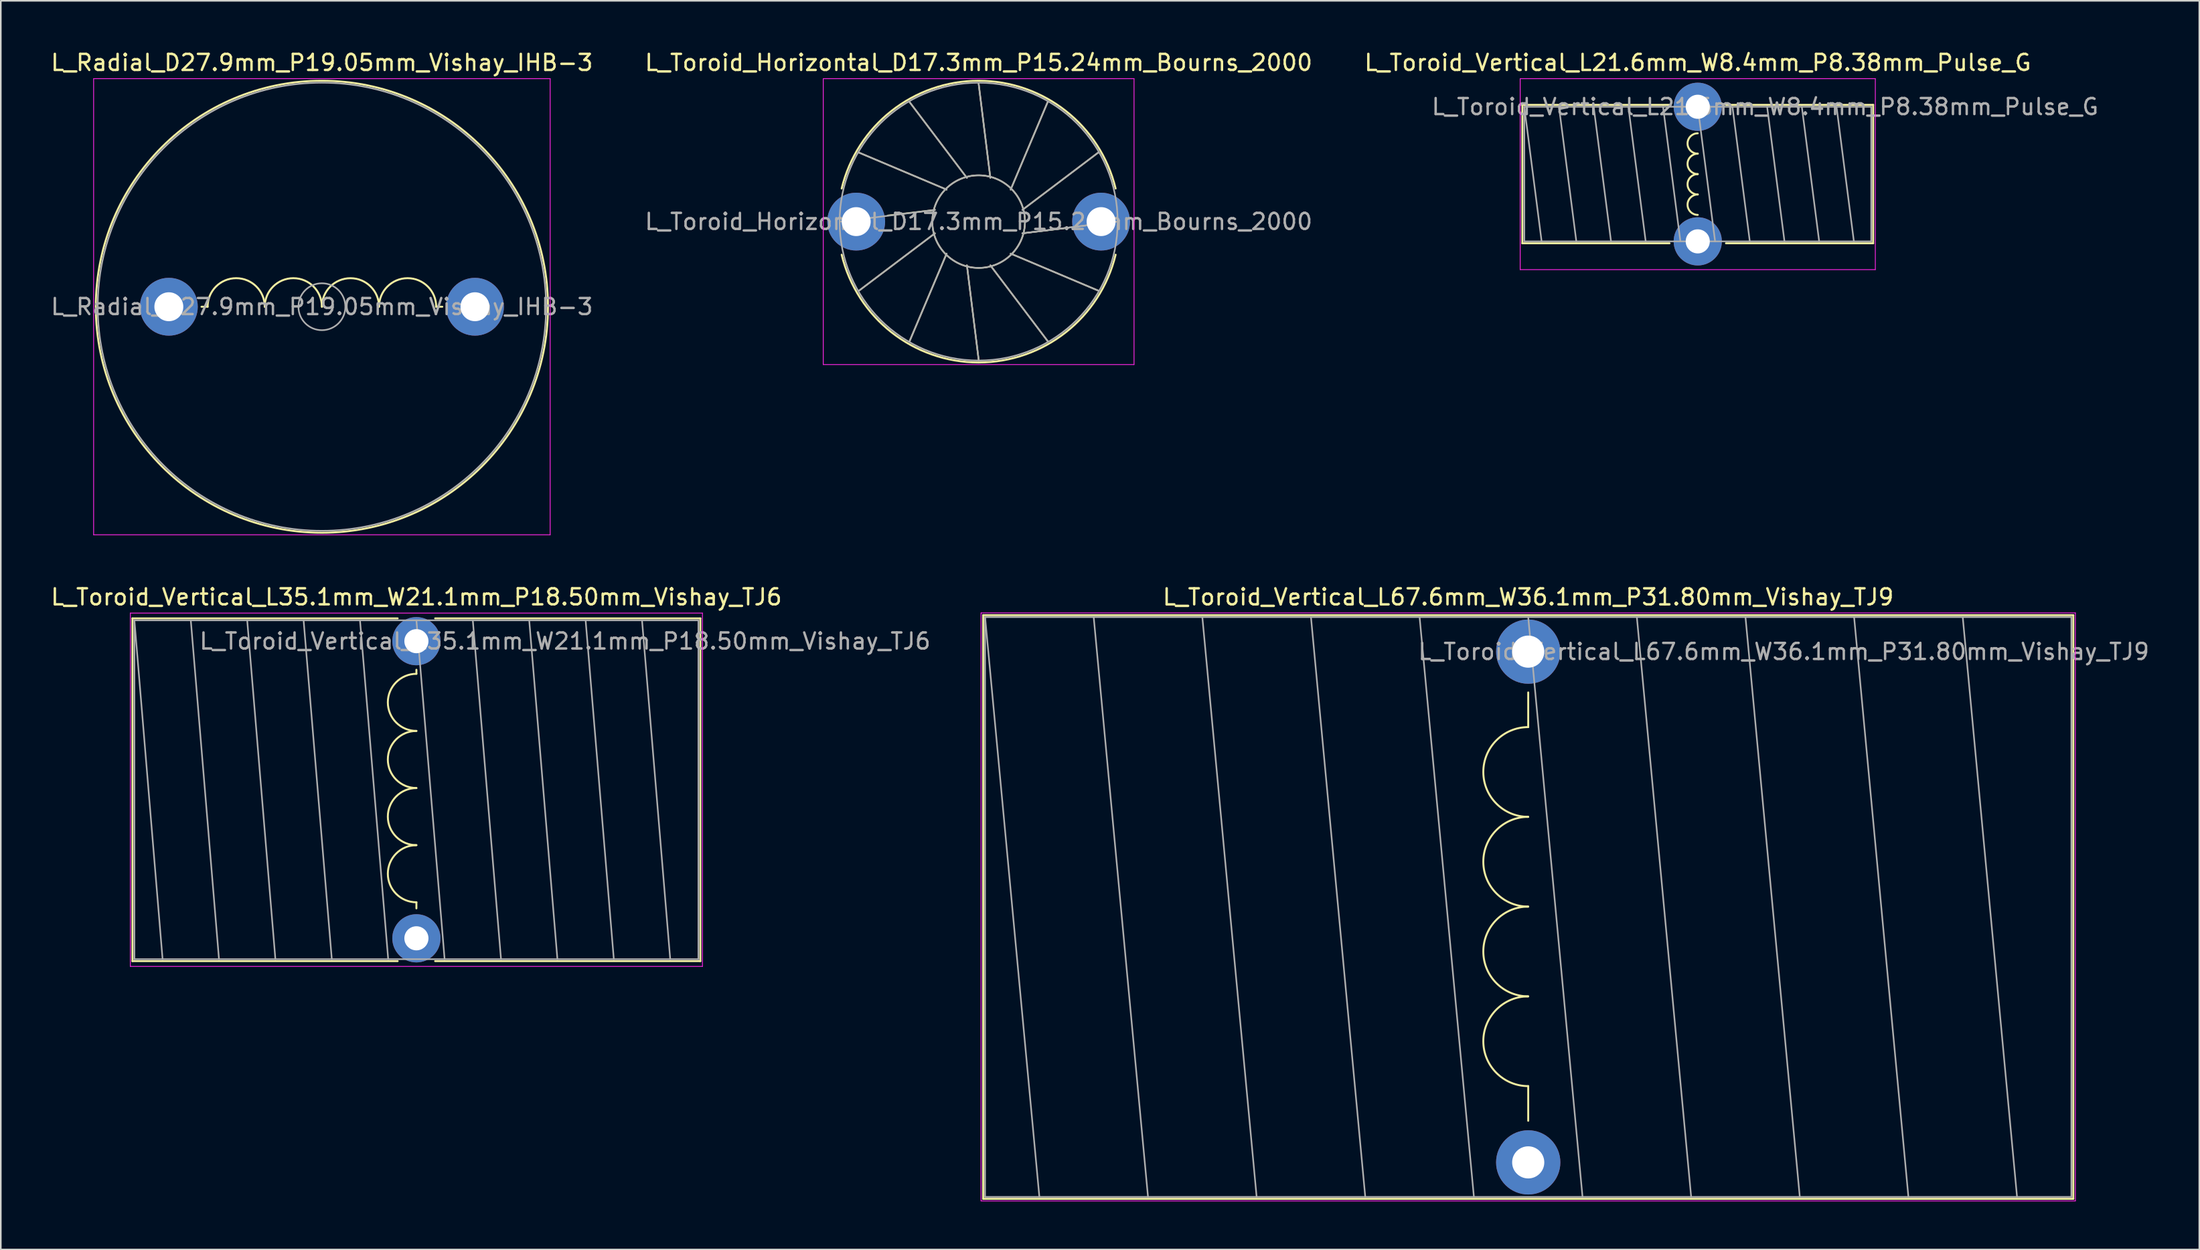
<source format=kicad_pcb>
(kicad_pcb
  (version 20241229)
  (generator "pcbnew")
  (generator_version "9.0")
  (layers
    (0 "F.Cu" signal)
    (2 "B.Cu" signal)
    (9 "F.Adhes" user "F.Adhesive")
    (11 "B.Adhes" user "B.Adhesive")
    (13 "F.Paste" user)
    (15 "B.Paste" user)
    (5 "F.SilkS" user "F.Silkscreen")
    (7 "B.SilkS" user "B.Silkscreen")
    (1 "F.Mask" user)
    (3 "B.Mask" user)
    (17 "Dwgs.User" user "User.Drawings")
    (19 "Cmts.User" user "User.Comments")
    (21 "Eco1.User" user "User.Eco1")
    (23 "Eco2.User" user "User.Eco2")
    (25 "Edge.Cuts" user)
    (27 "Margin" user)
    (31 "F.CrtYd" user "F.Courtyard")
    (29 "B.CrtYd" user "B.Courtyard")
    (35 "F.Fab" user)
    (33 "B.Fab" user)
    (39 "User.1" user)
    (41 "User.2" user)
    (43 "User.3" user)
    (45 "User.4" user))
  (footprint "L_Radial_D27.9mm_P19.05mm_Vishay_IHB-3"
    (layer "F.Cu")
    (at 7.457 16.048)
    (property "Reference" "L_Radial_D27.9mm_P19.05mm_Vishay_IHB-3" (at 9.525 -15.2 0) (layer "F.SilkS") (effects (font (size 1 1) (thickness 0.15))))
    (attr through_hole)
    (fp_line (start 2.413 0) (end 2.032 0) (stroke (width 0.12) (type solid)) (layer "F.SilkS"))
    (fp_line (start 16.637 0) (end 17.018 0) (stroke (width 0.12) (type solid)) (layer "F.SilkS"))
    (fp_arc (start 2.413 0) (mid 4.191 -1.778) (end 5.969 0) (stroke (width 0.12) (type solid)) (layer "F.SilkS"))
    (fp_arc (start 5.969 0) (mid 7.747 -1.778) (end 9.525 0) (stroke (width 0.12) (type solid)) (layer "F.SilkS"))
    (fp_arc (start 9.526 0) (mid 11.303 -1.777) (end 13.08 0) (stroke (width 0.12) (type solid)) (layer "F.SilkS"))
    (fp_arc (start 13.081 0) (mid 14.859 -1.778) (end 16.637 0) (stroke (width 0.12) (type solid)) (layer "F.SilkS"))
    (fp_circle (center 9.525 0) (end 23.595 0) (stroke (width 0.12) (type solid)) (fill no) (layer "F.SilkS"))
    (fp_line (start -4.68 -14.2) (end -4.68 14.2) (stroke (width 0.05) (type solid)) (layer "F.CrtYd"))
    (fp_line (start -4.68 14.2) (end 23.73 14.2) (stroke (width 0.05) (type solid)) (layer "F.CrtYd"))
    (fp_line (start 23.73 -14.2) (end -4.68 -14.2) (stroke (width 0.05) (type solid)) (layer "F.CrtYd"))
    (fp_line (start 23.73 14.2) (end 23.73 -14.2) (stroke (width 0.05) (type solid)) (layer "F.CrtYd"))
    (fp_circle (center 9.525 0) (end 10.985 0) (stroke (width 0.1) (type solid)) (fill no) (layer "F.Fab"))
    (fp_circle (center 9.525 0) (end 23.475 0) (stroke (width 0.1) (type solid)) (fill no) (layer "F.Fab"))
    (fp_text user "${REFERENCE}" (at 9.525 0 0) (layer "F.Fab") (effects (font (size 1 1) (thickness 0.15))))
    (pad "1" thru_hole circle (at 0 0) (size 3.6 3.6) (drill 1.8) (layers "*.Cu" "*.Mask"))
    (pad "2" thru_hole circle (at 19.05 0) (size 3.6 3.6) (drill 1.8) (layers "*.Cu" "*.Mask")))
  (footprint "L_Toroid_Vertical_L67.6mm_W36.1mm_P31.80mm_Vishay_TJ9"
    (layer "F.Cu")
    (at 92.051 37.522)
    (property "Reference" "L_Toroid_Vertical_L67.6mm_W36.1mm_P31.80mm_Vishay_TJ9" (at 0 -3.4 0) (layer "F.SilkS") (effects (font (size 1 1) (thickness 0.15))))
    (attr through_hole)
    (fp_line (start -33.92 -2.27) (end -33.92 34.07) (stroke (width 0.12) (type solid)) (layer "F.SilkS"))
    (fp_line (start -33.92 -2.27) (end 33.92 -2.27) (stroke (width 0.12) (type solid)) (layer "F.SilkS"))
    (fp_line (start -33.92 34.07) (end 33.92 34.07) (stroke (width 0.12) (type solid)) (layer "F.SilkS"))
    (fp_line (start 0 4.699) (end 0 2.54) (stroke (width 0.12) (type solid)) (layer "F.SilkS"))
    (fp_line (start 0 27.051) (end 0 29.21) (stroke (width 0.12) (type solid)) (layer "F.SilkS"))
    (fp_line (start 33.92 -2.27) (end 33.92 34.07) (stroke (width 0.12) (type solid)) (layer "F.SilkS"))
    (fp_arc (start 0 10.287) (mid -2.794 7.493) (end 0 4.699) (stroke (width 0.12) (type solid)) (layer "F.SilkS"))
    (fp_arc (start 0 15.875) (mid -2.794 13.081) (end 0 10.287) (stroke (width 0.12) (type solid)) (layer "F.SilkS"))
    (fp_arc (start 0 21.463) (mid -2.794 18.669) (end 0 15.875) (stroke (width 0.12) (type solid)) (layer "F.SilkS"))
    (fp_arc (start 0 27.051) (mid -2.794 24.257) (end 0 21.463) (stroke (width 0.12) (type solid)) (layer "F.SilkS"))
    (fp_line (start -34.05 -2.41) (end -34.05 34.2) (stroke (width 0.05) (type solid)) (layer "F.CrtYd"))
    (fp_line (start -34.05 34.2) (end 34.05 34.2) (stroke (width 0.05) (type solid)) (layer "F.CrtYd"))
    (fp_line (start 34.05 -2.41) (end -34.05 -2.41) (stroke (width 0.05) (type solid)) (layer "F.CrtYd"))
    (fp_line (start 34.05 34.2) (end 34.05 -2.41) (stroke (width 0.05) (type solid)) (layer "F.CrtYd"))
    (fp_line (start -33.8 -2.15) (end -33.8 33.95) (stroke (width 0.1) (type solid)) (layer "F.Fab"))
    (fp_line (start -33.8 -2.15) (end -30.42 33.95) (stroke (width 0.1) (type solid)) (layer "F.Fab"))
    (fp_line (start -33.8 33.95) (end 33.8 33.95) (stroke (width 0.1) (type solid)) (layer "F.Fab"))
    (fp_line (start -27.04 -2.15) (end -23.66 33.95) (stroke (width 0.1) (type solid)) (layer "F.Fab"))
    (fp_line (start -20.28 -2.15) (end -16.9 33.95) (stroke (width 0.1) (type solid)) (layer "F.Fab"))
    (fp_line (start -13.52 -2.15) (end -10.14 33.95) (stroke (width 0.1) (type solid)) (layer "F.Fab"))
    (fp_line (start -6.76 -2.15) (end -3.38 33.95) (stroke (width 0.1) (type solid)) (layer "F.Fab"))
    (fp_line (start 0 -2.15) (end 3.38 33.95) (stroke (width 0.1) (type solid)) (layer "F.Fab"))
    (fp_line (start 6.76 -2.15) (end 10.14 33.95) (stroke (width 0.1) (type solid)) (layer "F.Fab"))
    (fp_line (start 13.52 -2.15) (end 16.9 33.95) (stroke (width 0.1) (type solid)) (layer "F.Fab"))
    (fp_line (start 20.28 -2.15) (end 23.66 33.95) (stroke (width 0.1) (type solid)) (layer "F.Fab"))
    (fp_line (start 27.04 -2.15) (end 30.42 33.95) (stroke (width 0.1) (type solid)) (layer "F.Fab"))
    (fp_line (start 33.8 -2.15) (end -33.8 -2.15) (stroke (width 0.1) (type solid)) (layer "F.Fab"))
    (fp_line (start 33.8 33.95) (end 33.8 -2.15) (stroke (width 0.1) (type solid)) (layer "F.Fab"))
    (fp_text user "${REFERENCE}" (at 15.9 0 0) (layer "F.Fab") (effects (font (size 1 1) (thickness 0.15))))
    (pad "1" thru_hole circle (at 0 0) (size 4 4) (drill 2) (layers "*.Cu" "*.Mask"))
    (pad "2" thru_hole circle (at 0 31.8) (size 4 4) (drill 2) (layers "*.Cu" "*.Mask")))
  (footprint "L_Toroid_Vertical_L21.6mm_W8.4mm_P8.38mm_Pulse_G"
    (layer "F.Cu")
    (at 102.601 3.598)
    (property "Reference" "L_Toroid_Vertical_L21.6mm_W8.4mm_P8.38mm_Pulse_G" (at 0 -2.75 0) (layer "F.SilkS") (effects (font (size 1 1) (thickness 0.15))))
    (attr through_hole)
    (fp_line (start -10.915 -0.12) (end -10.915 8.5) (stroke (width 0.12) (type solid)) (layer "F.SilkS"))
    (fp_line (start -10.915 -0.12) (end -1.755 -0.12) (stroke (width 0.12) (type solid)) (layer "F.SilkS"))
    (fp_line (start -10.915 8.5) (end -1.755 8.5) (stroke (width 0.12) (type solid)) (layer "F.SilkS"))
    (fp_line (start 1.755 -0.12) (end 10.915 -0.12) (stroke (width 0.12) (type solid)) (layer "F.SilkS"))
    (fp_line (start 1.755 8.5) (end 10.915 8.5) (stroke (width 0.12) (type solid)) (layer "F.SilkS"))
    (fp_line (start 10.915 -0.12) (end 10.915 8.5) (stroke (width 0.12) (type solid)) (layer "F.SilkS"))
    (fp_arc (start 0 2.921) (mid -0.635 2.286) (end 0 1.651) (stroke (width 0.12) (type solid)) (layer "F.SilkS"))
    (fp_arc (start 0 4.191) (mid -0.635 3.556) (end 0 2.921) (stroke (width 0.12) (type solid)) (layer "F.SilkS"))
    (fp_arc (start 0 5.461) (mid -0.635 4.826) (end 0 4.191) (stroke (width 0.12) (type solid)) (layer "F.SilkS"))
    (fp_arc (start 0 6.731) (mid -0.635 6.096) (end 0 5.461) (stroke (width 0.12) (type solid)) (layer "F.SilkS"))
    (fp_line (start -11.05 -1.75) (end -11.05 10.14) (stroke (width 0.05) (type solid)) (layer "F.CrtYd"))
    (fp_line (start -11.05 10.14) (end 11.05 10.14) (stroke (width 0.05) (type solid)) (layer "F.CrtYd"))
    (fp_line (start 11.05 -1.75) (end -11.05 -1.75) (stroke (width 0.05) (type solid)) (layer "F.CrtYd"))
    (fp_line (start 11.05 10.14) (end 11.05 -1.75) (stroke (width 0.05) (type solid)) (layer "F.CrtYd"))
    (fp_line (start -10.795 0) (end -10.795 8.38) (stroke (width 0.1) (type solid)) (layer "F.Fab"))
    (fp_line (start -10.795 0) (end -9.716 8.38) (stroke (width 0.1) (type solid)) (layer "F.Fab"))
    (fp_line (start -10.795 8.38) (end 10.795 8.38) (stroke (width 0.1) (type solid)) (layer "F.Fab"))
    (fp_line (start -8.636 0) (end -7.556 8.38) (stroke (width 0.1) (type solid)) (layer "F.Fab"))
    (fp_line (start -6.477 0) (end -5.397 8.38) (stroke (width 0.1) (type solid)) (layer "F.Fab"))
    (fp_line (start -4.318 0) (end -3.239 8.38) (stroke (width 0.1) (type solid)) (layer "F.Fab"))
    (fp_line (start -2.159 0) (end -1.079 8.38) (stroke (width 0.1) (type solid)) (layer "F.Fab"))
    (fp_line (start 0 0) (end 1.079 8.38) (stroke (width 0.1) (type solid)) (layer "F.Fab"))
    (fp_line (start 2.159 0) (end 3.239 8.38) (stroke (width 0.1) (type solid)) (layer "F.Fab"))
    (fp_line (start 4.318 0) (end 5.397 8.38) (stroke (width 0.1) (type solid)) (layer "F.Fab"))
    (fp_line (start 6.477 0) (end 7.556 8.38) (stroke (width 0.1) (type solid)) (layer "F.Fab"))
    (fp_line (start 8.636 0) (end 9.716 8.38) (stroke (width 0.1) (type solid)) (layer "F.Fab"))
    (fp_line (start 10.795 0) (end -10.795 0) (stroke (width 0.1) (type solid)) (layer "F.Fab"))
    (fp_line (start 10.795 8.38) (end 10.795 0) (stroke (width 0.1) (type solid)) (layer "F.Fab"))
    (fp_text user "${REFERENCE}" (at 4.19 0 0) (layer "F.Fab") (effects (font (size 1 1) (thickness 0.15))))
    (pad "1" thru_hole circle (at 0 0) (size 3 3) (drill 1.5) (layers "*.Cu" "*.Mask"))
    (pad "2" thru_hole circle (at 0 8.38) (size 3 3) (drill 1.5) (layers "*.Cu" "*.Mask")))
  (footprint "L_Toroid_Vertical_L35.1mm_W21.1mm_P18.50mm_Vishay_TJ6"
    (layer "F.Cu")
    (at 22.863 36.871)
    (property "Reference" "L_Toroid_Vertical_L35.1mm_W21.1mm_P18.50mm_Vishay_TJ6" (at 0 -2.75 0) (layer "F.SilkS") (effects (font (size 1 1) (thickness 0.15))))
    (attr through_hole)
    (fp_line (start -17.67 -1.42) (end -17.67 19.92) (stroke (width 0.12) (type solid)) (layer "F.SilkS"))
    (fp_line (start -17.67 -1.42) (end -1.166 -1.42) (stroke (width 0.12) (type solid)) (layer "F.SilkS"))
    (fp_line (start -17.67 19.92) (end -1.166 19.92) (stroke (width 0.12) (type solid)) (layer "F.SilkS"))
    (fp_line (start 0 2.032) (end 0 1.778) (stroke (width 0.12) (type solid)) (layer "F.SilkS"))
    (fp_line (start 0 16.256) (end 0 16.637) (stroke (width 0.12) (type solid)) (layer "F.SilkS"))
    (fp_line (start 1.166 -1.42) (end 17.67 -1.42) (stroke (width 0.12) (type solid)) (layer "F.SilkS"))
    (fp_line (start 1.166 19.92) (end 17.67 19.92) (stroke (width 0.12) (type solid)) (layer "F.SilkS"))
    (fp_line (start 17.67 -1.42) (end 17.67 19.92) (stroke (width 0.12) (type solid)) (layer "F.SilkS"))
    (fp_arc (start 0 5.588) (mid -1.778 3.81) (end 0 2.032) (stroke (width 0.12) (type solid)) (layer "F.SilkS"))
    (fp_arc (start 0 9.144) (mid -1.778 7.366) (end 0 5.588) (stroke (width 0.12) (type solid)) (layer "F.SilkS"))
    (fp_arc (start 0 12.7) (mid -1.778 10.922) (end 0 9.144) (stroke (width 0.12) (type solid)) (layer "F.SilkS"))
    (fp_arc (start 0 16.256) (mid -1.778 14.478) (end 0 12.7) (stroke (width 0.12) (type solid)) (layer "F.SilkS"))
    (fp_line (start -17.8 -1.75) (end -17.8 20.25) (stroke (width 0.05) (type solid)) (layer "F.CrtYd"))
    (fp_line (start -17.8 20.25) (end 17.8 20.25) (stroke (width 0.05) (type solid)) (layer "F.CrtYd"))
    (fp_line (start 17.8 -1.75) (end -17.8 -1.75) (stroke (width 0.05) (type solid)) (layer "F.CrtYd"))
    (fp_line (start 17.8 20.25) (end 17.8 -1.75) (stroke (width 0.05) (type solid)) (layer "F.CrtYd"))
    (fp_line (start -17.55 -1.3) (end -17.55 19.8) (stroke (width 0.1) (type solid)) (layer "F.Fab"))
    (fp_line (start -17.55 -1.3) (end -15.795 19.8) (stroke (width 0.1) (type solid)) (layer "F.Fab"))
    (fp_line (start -17.55 19.8) (end 17.55 19.8) (stroke (width 0.1) (type solid)) (layer "F.Fab"))
    (fp_line (start -14.04 -1.3) (end -12.285 19.8) (stroke (width 0.1) (type solid)) (layer "F.Fab"))
    (fp_line (start -10.53 -1.3) (end -8.775 19.8) (stroke (width 0.1) (type solid)) (layer "F.Fab"))
    (fp_line (start -7.02 -1.3) (end -5.265 19.8) (stroke (width 0.1) (type solid)) (layer "F.Fab"))
    (fp_line (start -3.51 -1.3) (end -1.755 19.8) (stroke (width 0.1) (type solid)) (layer "F.Fab"))
    (fp_line (start 0 -1.3) (end 1.755 19.8) (stroke (width 0.1) (type solid)) (layer "F.Fab"))
    (fp_line (start 3.51 -1.3) (end 5.265 19.8) (stroke (width 0.1) (type solid)) (layer "F.Fab"))
    (fp_line (start 7.02 -1.3) (end 8.775 19.8) (stroke (width 0.1) (type solid)) (layer "F.Fab"))
    (fp_line (start 10.53 -1.3) (end 12.285 19.8) (stroke (width 0.1) (type solid)) (layer "F.Fab"))
    (fp_line (start 14.04 -1.3) (end 15.795 19.8) (stroke (width 0.1) (type solid)) (layer "F.Fab"))
    (fp_line (start 17.55 -1.3) (end -17.55 -1.3) (stroke (width 0.1) (type solid)) (layer "F.Fab"))
    (fp_line (start 17.55 19.8) (end 17.55 -1.3) (stroke (width 0.1) (type solid)) (layer "F.Fab"))
    (fp_text user "${REFERENCE}" (at 9.25 0 0) (layer "F.Fab") (effects (font (size 1 1) (thickness 0.15))))
    (pad "1" thru_hole circle (at 0 0) (size 3 3) (drill 1.5) (layers "*.Cu" "*.Mask"))
    (pad "2" thru_hole circle (at 0 18.5) (size 3 3) (drill 1.5) (layers "*.Cu" "*.Mask")))
  (footprint "L_Toroid_Horizontal_D17.3mm_P15.24mm_Bourns_2000"
    (layer "F.Cu")
    (at 50.231 10.748)
    (property "Reference" "L_Toroid_Horizontal_D17.3mm_P15.24mm_Bourns_2000" (at 7.62 -9.9 0) (layer "F.SilkS") (effects (font (size 1 1) (thickness 0.15))))
    (attr through_hole)
    (fp_line (start 0.176 -4.296) (end 5.627 -1.993) (stroke (width 0.1) (type solid)) (layer "F.SilkS"))
    (fp_line (start 0.177 4.298) (end 4.898 0.73) (stroke (width 0.1) (type solid)) (layer "F.SilkS"))
    (fp_line (start 1.968 -0.381) (end 4.897 -0.729) (stroke (width 0.1) (type solid)) (layer "F.SilkS"))
    (fp_line (start 3.322 -7.443) (end 6.89 -2.722) (stroke (width 0.1) (type solid)) (layer "F.SilkS"))
    (fp_line (start 3.323 7.443) (end 5.627 1.993) (stroke (width 0.1) (type solid)) (layer "F.SilkS"))
    (fp_line (start 7.619 -8.595) (end 8.349 -2.723) (stroke (width 0.1) (type solid)) (layer "F.SilkS"))
    (fp_line (start 7.62 8.595) (end 6.891 2.723) (stroke (width 0.1) (type solid)) (layer "F.SilkS"))
    (fp_line (start 11.916 -7.444) (end 9.613 -1.993) (stroke (width 0.1) (type solid)) (layer "F.SilkS"))
    (fp_line (start 11.918 7.443) (end 8.35 2.723) (stroke (width 0.1) (type solid)) (layer "F.SilkS"))
    (fp_line (start 13.208 0.381) (end 10.343 0.729) (stroke (width 0.1) (type solid)) (layer "F.SilkS"))
    (fp_line (start 15.062 -4.299) (end 10.342 -0.73) (stroke (width 0.1) (type solid)) (layer "F.SilkS"))
    (fp_line (start 15.063 4.297) (end 9.613 1.993) (stroke (width 0.1) (type solid)) (layer "F.SilkS"))
    (fp_arc (start -0.904629 -2.06) (mid 7.62 -8.77) (end 16.144629 -2.06) (stroke (width 0.12) (type solid)) (layer "F.SilkS"))
    (fp_arc (start 16.144629 2.06) (mid 7.62 8.77) (end -0.904629 2.06) (stroke (width 0.12) (type solid)) (layer "F.SilkS"))
    (fp_circle (center 7.62 0) (end 10.503 0) (stroke (width 0.1) (type solid)) (fill no) (layer "F.SilkS"))
    (fp_line (start -2.05 -8.9) (end -2.05 8.9) (stroke (width 0.05) (type solid)) (layer "F.CrtYd"))
    (fp_line (start -2.05 8.9) (end 17.29 8.9) (stroke (width 0.05) (type solid)) (layer "F.CrtYd"))
    (fp_line (start 17.29 -8.9) (end -2.05 -8.9) (stroke (width 0.05) (type solid)) (layer "F.CrtYd"))
    (fp_line (start 17.29 8.9) (end 17.29 -8.9) (stroke (width 0.05) (type solid)) (layer "F.CrtYd"))
    (fp_line (start -0.975 0.001) (end 4.897 -0.729) (stroke (width 0.1) (type solid)) (layer "F.Fab"))
    (fp_line (start 0.176 -4.296) (end 5.627 -1.993) (stroke (width 0.1) (type solid)) (layer "F.Fab"))
    (fp_line (start 0.177 4.298) (end 4.898 0.73) (stroke (width 0.1) (type solid)) (layer "F.Fab"))
    (fp_line (start 3.322 -7.443) (end 6.89 -2.722) (stroke (width 0.1) (type solid)) (layer "F.Fab"))
    (fp_line (start 3.323 7.443) (end 5.627 1.993) (stroke (width 0.1) (type solid)) (layer "F.Fab"))
    (fp_line (start 7.619 -8.595) (end 8.349 -2.723) (stroke (width 0.1) (type solid)) (layer "F.Fab"))
    (fp_line (start 7.62 8.595) (end 6.891 2.723) (stroke (width 0.1) (type solid)) (layer "F.Fab"))
    (fp_line (start 11.916 -7.444) (end 9.613 -1.993) (stroke (width 0.1) (type solid)) (layer "F.Fab"))
    (fp_line (start 11.918 7.443) (end 8.35 2.723) (stroke (width 0.1) (type solid)) (layer "F.Fab"))
    (fp_line (start 15.062 -4.299) (end 10.342 -0.73) (stroke (width 0.1) (type solid)) (layer "F.Fab"))
    (fp_line (start 15.063 4.297) (end 9.613 1.993) (stroke (width 0.1) (type solid)) (layer "F.Fab"))
    (fp_line (start 16.215 -0.002) (end 10.343 0.729) (stroke (width 0.1) (type solid)) (layer "F.Fab"))
    (fp_line (start 16.215 0) (end 10.343 0.729) (stroke (width 0.1) (type solid)) (layer "F.Fab"))
    (fp_circle (center 7.62 0) (end 10.503 0) (stroke (width 0.1) (type solid)) (fill no) (layer "F.Fab"))
    (fp_circle (center 7.62 0) (end 16.27 0) (stroke (width 0.1) (type solid)) (fill no) (layer "F.Fab"))
    (fp_text user "${REFERENCE}" (at 7.62 0 0) (layer "F.Fab") (effects (font (size 1 1) (thickness 0.15))))
    (pad "1" thru_hole circle (at 0 0) (size 3.6 3.6) (drill 1.8) (layers "*.Cu" "*.Mask"))
    (pad "2" thru_hole circle (at 15.24 0) (size 3.6 3.6) (drill 1.8) (layers "*.Cu" "*.Mask")))
  (gr_rect
    (start -3 -3)
    (end 133.814 74.746)
    (stroke (width 0.1) (type default))
    (fill no)
    (layer "Edge.Cuts")))
</source>
